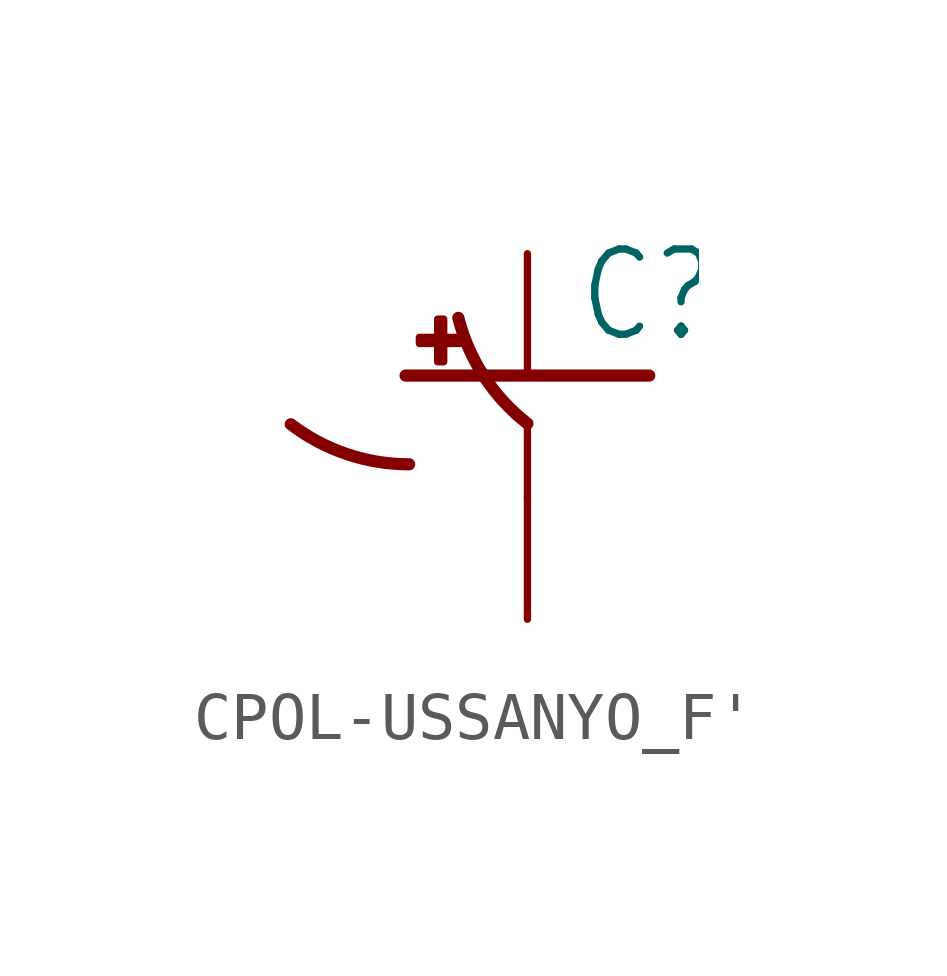
<source format=kicad_sym>
(kicad_symbol_lib
  (version 20241209)
  (generator "kicad_symbol_editor")
  (generator_version "9.0")
  (symbol "CPOL-USSANYO_F'"
    (property "Reference" "C"
      (at 1.016 0.635 0)
      (effects (font (size 1.778 1.511)) (justify left bottom)))
    (property "Value" ""
      (at 1.016 -4.191 0)
      (effects (font (size 1.778 1.511)) (justify left bottom)))
    (property "ki_locked" ""
      (at 0 0 0)
      (effects (font (size 1.27 1.27))))
    (symbol "CPOL-USSANYO_F'_1_0"
      (polyline (pts (xy -2.54 0) (xy 2.54 0)) (stroke (width 0.254) (type solid)) (fill (type none)))
      (arc (start -2.4669 -1.8504) (mid -3.7689 -1.6361) (end -4.9337 -1.0159) (stroke (width 0.254) (type solid)) (fill (type none)))
      (rectangle (start -2.253 0.668) (end -1.364 0.795) (stroke (width 0) (type default)) (fill (type outline)))
      (rectangle (start -1.872 0.287) (end -1.745 1.176) (stroke (width 0) (type default)) (fill (type outline)))
      (polyline (pts (xy 0 -1.016) (xy 0 -2.54)) (stroke (width 0.152) (type solid)) (fill (type none)))
      (arc (start 0 -1) (mid -0.9038 -0.0189) (end -1.4403 1.2025) (stroke (width 0.254) (type solid)) (fill (type none)))
      (pin passive line (at 0 2.54 270) (length 2.54) (name "+" (effects (font (size 0 0)))) (number "+" (effects (font (size 0 0)))))
      (pin passive line (at 0 -5.08 90) (length 2.54) (name "-" (effects (font (size 0 0)))) (number "-" (effects (font (size 0 0))))))))
</source>
